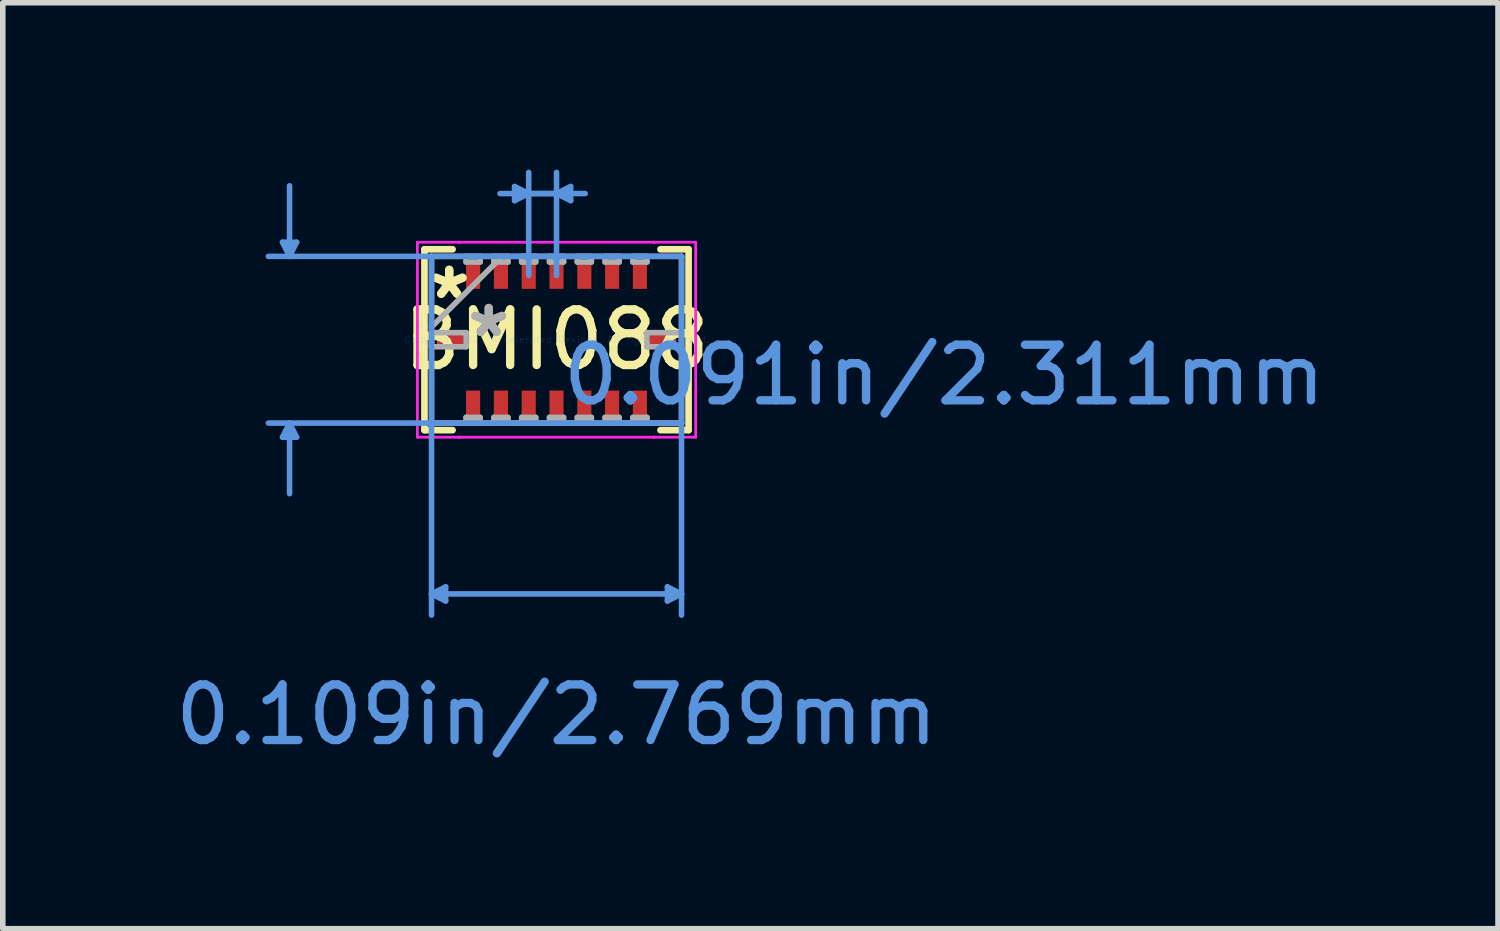
<source format=kicad_pcb>
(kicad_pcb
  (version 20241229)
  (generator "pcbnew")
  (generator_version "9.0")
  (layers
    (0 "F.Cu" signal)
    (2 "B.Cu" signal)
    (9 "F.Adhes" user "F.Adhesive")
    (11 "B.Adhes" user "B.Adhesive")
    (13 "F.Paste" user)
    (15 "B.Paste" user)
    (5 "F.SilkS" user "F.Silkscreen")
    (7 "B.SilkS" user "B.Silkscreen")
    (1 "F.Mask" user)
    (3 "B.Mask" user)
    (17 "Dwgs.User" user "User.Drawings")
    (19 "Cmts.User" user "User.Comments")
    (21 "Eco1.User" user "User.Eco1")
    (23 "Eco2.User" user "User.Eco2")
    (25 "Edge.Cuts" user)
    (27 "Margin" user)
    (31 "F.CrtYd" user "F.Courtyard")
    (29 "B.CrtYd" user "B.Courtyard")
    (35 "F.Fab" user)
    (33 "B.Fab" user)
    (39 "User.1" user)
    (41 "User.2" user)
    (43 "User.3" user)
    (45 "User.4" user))
  (footprint "BMI088"
    (layer "F.Cu")
    (at 6.958 3.059)
    (property "Reference" "BMI088" (at 0 0 0) (layer "F.SilkS") (effects (font (size 1 1) (thickness 0.15))))
    (attr through_hole)
    (fp_line (start -2.375 -1.626) (end -2.375 1.626) (stroke (width 0.12) (type solid)) (layer "F.SilkS"))
    (fp_line (start -2.375 1.626) (end -1.869 1.626) (stroke (width 0.12) (type solid)) (layer "F.SilkS"))
    (fp_line (start -1.869 -1.626) (end -2.375 -1.626) (stroke (width 0.12) (type solid)) (layer "F.SilkS"))
    (fp_line (start 1.869 1.626) (end 2.375 1.626) (stroke (width 0.12) (type solid)) (layer "F.SilkS"))
    (fp_line (start 2.375 -1.626) (end 1.869 -1.626) (stroke (width 0.12) (type solid)) (layer "F.SilkS"))
    (fp_line (start 2.375 1.626) (end 2.375 -1.626) (stroke (width 0.12) (type solid)) (layer "F.SilkS"))
    (fp_line (start -4.928 -1.753) (end -4.674 -1.753) (stroke (width 0.1) (type solid)) (layer "Cmts.User"))
    (fp_line (start -4.928 1.753) (end -4.674 1.753) (stroke (width 0.1) (type solid)) (layer "Cmts.User"))
    (fp_line (start -4.801 -1.499) (end -4.928 -1.753) (stroke (width 0.1) (type solid)) (layer "Cmts.User"))
    (fp_line (start -4.801 -1.499) (end -4.801 -2.769) (stroke (width 0.1) (type solid)) (layer "Cmts.User"))
    (fp_line (start -4.801 -1.499) (end -4.674 -1.753) (stroke (width 0.1) (type solid)) (layer "Cmts.User"))
    (fp_line (start -4.801 1.499) (end -4.928 1.753) (stroke (width 0.1) (type solid)) (layer "Cmts.User"))
    (fp_line (start -4.801 1.499) (end -4.801 2.769) (stroke (width 0.1) (type solid)) (layer "Cmts.User"))
    (fp_line (start -4.801 1.499) (end -4.674 1.753) (stroke (width 0.1) (type solid)) (layer "Cmts.User"))
    (fp_line (start -2.248 -1.499) (end -2.248 4.953) (stroke (width 0.1) (type solid)) (layer "Cmts.User"))
    (fp_line (start -2.248 4.572) (end -1.994 4.445) (stroke (width 0.1) (type solid)) (layer "Cmts.User"))
    (fp_line (start -2.248 4.572) (end -1.994 4.699) (stroke (width 0.1) (type solid)) (layer "Cmts.User"))
    (fp_line (start -2.248 4.572) (end 2.248 4.572) (stroke (width 0.1) (type solid)) (layer "Cmts.User"))
    (fp_line (start -1.994 4.445) (end -1.994 4.699) (stroke (width 0.1) (type solid)) (layer "Cmts.User"))
    (fp_line (start -1.016 -2.628) (end -0.000005 -2.628) (stroke (width 0.1) (type solid)) (layer "Cmts.User"))
    (fp_line (start -0.754 -2.755) (end -0.754 -2.501) (stroke (width 0.1) (type solid)) (layer "Cmts.User"))
    (fp_line (start -0.754 -2.755) (end -0.5 -2.628) (stroke (width 0.1) (type solid)) (layer "Cmts.User"))
    (fp_line (start -0.754 -2.501) (end -0.5 -2.628) (stroke (width 0.1) (type solid)) (layer "Cmts.User"))
    (fp_line (start -0.5 -1.156) (end -0.5 -3.009) (stroke (width 0.1) (type solid)) (layer "Cmts.User"))
    (fp_line (start 0 -1.156) (end -0.000007 -3.009) (stroke (width 0.1) (type solid)) (layer "Cmts.User"))
    (fp_line (start 0.254 -2.755) (end -0.000005 -2.628) (stroke (width 0.1) (type solid)) (layer "Cmts.User"))
    (fp_line (start 0.254 -2.501) (end -0.000005 -2.628) (stroke (width 0.1) (type solid)) (layer "Cmts.User"))
    (fp_line (start 0.254 -2.501) (end 0.254 -2.755) (stroke (width 0.1) (type solid)) (layer "Cmts.User"))
    (fp_line (start 0.516 -2.628) (end -0.5 -2.628) (stroke (width 0.1) (type solid)) (layer "Cmts.User"))
    (fp_line (start 1.994 4.445) (end 1.994 4.699) (stroke (width 0.1) (type solid)) (layer "Cmts.User"))
    (fp_line (start 2.248 -1.499) (end -5.182 -1.499) (stroke (width 0.1) (type solid)) (layer "Cmts.User"))
    (fp_line (start 2.248 -1.499) (end 2.248 4.953) (stroke (width 0.1) (type solid)) (layer "Cmts.User"))
    (fp_line (start 2.248 1.499) (end -5.182 1.499) (stroke (width 0.1) (type solid)) (layer "Cmts.User"))
    (fp_line (start 2.248 4.572) (end 1.994 4.445) (stroke (width 0.1) (type solid)) (layer "Cmts.User"))
    (fp_line (start 2.248 4.572) (end 1.994 4.699) (stroke (width 0.1) (type solid)) (layer "Cmts.User"))
    (fp_line (start -2.502 -1.753) (end -1.75 -1.753) (stroke (width 0.05) (type solid)) (layer "F.CrtYd"))
    (fp_line (start -2.502 -0.25) (end -2.502 -1.753) (stroke (width 0.05) (type solid)) (layer "F.CrtYd"))
    (fp_line (start -2.502 -0.25) (end -2.502 -0.25) (stroke (width 0.05) (type solid)) (layer "F.CrtYd"))
    (fp_line (start -2.502 0.25) (end -2.502 -0.25) (stroke (width 0.05) (type solid)) (layer "F.CrtYd"))
    (fp_line (start -2.502 0.25) (end -2.502 0.25) (stroke (width 0.05) (type solid)) (layer "F.CrtYd"))
    (fp_line (start -2.502 0.25) (end -2.502 0.25) (stroke (width 0.05) (type solid)) (layer "F.CrtYd"))
    (fp_line (start -2.502 1.753) (end -2.502 0.25) (stroke (width 0.05) (type solid)) (layer "F.CrtYd"))
    (fp_line (start -1.75 -1.753) (end -1.75 -1.753) (stroke (width 0.05) (type solid)) (layer "F.CrtYd"))
    (fp_line (start -1.75 -1.753) (end -1.75 -1.753) (stroke (width 0.05) (type solid)) (layer "F.CrtYd"))
    (fp_line (start -1.75 -1.753) (end 1.75 -1.753) (stroke (width 0.05) (type solid)) (layer "F.CrtYd"))
    (fp_line (start -1.75 1.753) (end -2.502 1.753) (stroke (width 0.05) (type solid)) (layer "F.CrtYd"))
    (fp_line (start -1.75 1.753) (end -1.75 1.753) (stroke (width 0.05) (type solid)) (layer "F.CrtYd"))
    (fp_line (start -1.75 1.753) (end -1.75 1.753) (stroke (width 0.05) (type solid)) (layer "F.CrtYd"))
    (fp_line (start 1.75 -1.753) (end 1.75 -1.753) (stroke (width 0.05) (type solid)) (layer "F.CrtYd"))
    (fp_line (start 1.75 -1.753) (end 1.75 -1.753) (stroke (width 0.05) (type solid)) (layer "F.CrtYd"))
    (fp_line (start 1.75 -1.753) (end 2.502 -1.753) (stroke (width 0.05) (type solid)) (layer "F.CrtYd"))
    (fp_line (start 1.75 1.753) (end -1.75 1.753) (stroke (width 0.05) (type solid)) (layer "F.CrtYd"))
    (fp_line (start 1.75 1.753) (end 1.75 1.753) (stroke (width 0.05) (type solid)) (layer "F.CrtYd"))
    (fp_line (start 1.75 1.753) (end 1.75 1.753) (stroke (width 0.05) (type solid)) (layer "F.CrtYd"))
    (fp_line (start 2.502 -1.753) (end 2.502 -0.25) (stroke (width 0.05) (type solid)) (layer "F.CrtYd"))
    (fp_line (start 2.502 -0.25) (end 2.502 -0.25) (stroke (width 0.05) (type solid)) (layer "F.CrtYd"))
    (fp_line (start 2.502 -0.25) (end 2.502 -0.25) (stroke (width 0.05) (type solid)) (layer "F.CrtYd"))
    (fp_line (start 2.502 -0.25) (end 2.502 0.25) (stroke (width 0.05) (type solid)) (layer "F.CrtYd"))
    (fp_line (start 2.502 0.25) (end 2.502 0.25) (stroke (width 0.05) (type solid)) (layer "F.CrtYd"))
    (fp_line (start 2.502 0.25) (end 2.502 0.25) (stroke (width 0.05) (type solid)) (layer "F.CrtYd"))
    (fp_line (start 2.502 0.25) (end 2.502 1.753) (stroke (width 0.05) (type solid)) (layer "F.CrtYd"))
    (fp_line (start 2.502 1.753) (end 1.75 1.753) (stroke (width 0.05) (type solid)) (layer "F.CrtYd"))
    (fp_line (start -2.248 -1.499) (end -2.248 -1.499) (stroke (width 0.1) (type solid)) (layer "F.Fab"))
    (fp_line (start -2.248 -1.499) (end -2.248 1.499) (stroke (width 0.1) (type solid)) (layer "F.Fab"))
    (fp_line (start -2.248 -0.229) (end -0.978 -1.499) (stroke (width 0.1) (type solid)) (layer "F.Fab"))
    (fp_line (start -2.248 -0.127) (end -1.626 -0.127) (stroke (width 0.1) (type solid)) (layer "F.Fab"))
    (fp_line (start -2.248 0.127) (end -2.248 -0.127) (stroke (width 0.1) (type solid)) (layer "F.Fab"))
    (fp_line (start -2.248 1.499) (end -2.248 1.499) (stroke (width 0.1) (type solid)) (layer "F.Fab"))
    (fp_line (start -2.248 1.499) (end 2.248 1.499) (stroke (width 0.1) (type solid)) (layer "F.Fab"))
    (fp_line (start -1.627 -1.499) (end -1.373 -1.499) (stroke (width 0.1) (type solid)) (layer "F.Fab"))
    (fp_line (start -1.627 -1.397) (end -1.627 -1.499) (stroke (width 0.1) (type solid)) (layer "F.Fab"))
    (fp_line (start -1.627 1.397) (end -1.373 1.397) (stroke (width 0.1) (type solid)) (layer "F.Fab"))
    (fp_line (start -1.627 1.499) (end -1.627 1.397) (stroke (width 0.1) (type solid)) (layer "F.Fab"))
    (fp_line (start -1.626 -0.127) (end -1.626 0.127) (stroke (width 0.1) (type solid)) (layer "F.Fab"))
    (fp_line (start -1.626 0.127) (end -2.248 0.127) (stroke (width 0.1) (type solid)) (layer "F.Fab"))
    (fp_line (start -1.373 -1.499) (end -1.373 -1.397) (stroke (width 0.1) (type solid)) (layer "F.Fab"))
    (fp_line (start -1.373 -1.397) (end -1.627 -1.397) (stroke (width 0.1) (type solid)) (layer "F.Fab"))
    (fp_line (start -1.373 1.397) (end -1.373 1.499) (stroke (width 0.1) (type solid)) (layer "F.Fab"))
    (fp_line (start -1.373 1.499) (end -1.627 1.499) (stroke (width 0.1) (type solid)) (layer "F.Fab"))
    (fp_line (start -1.127 -1.499) (end -0.873 -1.499) (stroke (width 0.1) (type solid)) (layer "F.Fab"))
    (fp_line (start -1.127 -1.397) (end -1.127 -1.499) (stroke (width 0.1) (type solid)) (layer "F.Fab"))
    (fp_line (start -1.127 1.397) (end -0.873 1.397) (stroke (width 0.1) (type solid)) (layer "F.Fab"))
    (fp_line (start -1.127 1.499) (end -1.127 1.397) (stroke (width 0.1) (type solid)) (layer "F.Fab"))
    (fp_line (start -0.873 -1.499) (end -0.873 -1.397) (stroke (width 0.1) (type solid)) (layer "F.Fab"))
    (fp_line (start -0.873 -1.397) (end -1.127 -1.397) (stroke (width 0.1) (type solid)) (layer "F.Fab"))
    (fp_line (start -0.873 1.397) (end -0.873 1.499) (stroke (width 0.1) (type solid)) (layer "F.Fab"))
    (fp_line (start -0.873 1.499) (end -1.127 1.499) (stroke (width 0.1) (type solid)) (layer "F.Fab"))
    (fp_line (start -0.627 -1.499) (end -0.373 -1.499) (stroke (width 0.1) (type solid)) (layer "F.Fab"))
    (fp_line (start -0.627 -1.397) (end -0.627 -1.499) (stroke (width 0.1) (type solid)) (layer "F.Fab"))
    (fp_line (start -0.627 1.397) (end -0.373 1.397) (stroke (width 0.1) (type solid)) (layer "F.Fab"))
    (fp_line (start -0.627 1.499) (end -0.627 1.397) (stroke (width 0.1) (type solid)) (layer "F.Fab"))
    (fp_line (start -0.373 -1.499) (end -0.373 -1.397) (stroke (width 0.1) (type solid)) (layer "F.Fab"))
    (fp_line (start -0.373 -1.397) (end -0.627 -1.397) (stroke (width 0.1) (type solid)) (layer "F.Fab"))
    (fp_line (start -0.373 1.397) (end -0.373 1.499) (stroke (width 0.1) (type solid)) (layer "F.Fab"))
    (fp_line (start -0.373 1.499) (end -0.627 1.499) (stroke (width 0.1) (type solid)) (layer "F.Fab"))
    (fp_line (start -0.127 -1.499) (end 0.127 -1.499) (stroke (width 0.1) (type solid)) (layer "F.Fab"))
    (fp_line (start -0.127 -1.397) (end -0.127 -1.499) (stroke (width 0.1) (type solid)) (layer "F.Fab"))
    (fp_line (start -0.127 1.397) (end 0.127 1.397) (stroke (width 0.1) (type solid)) (layer "F.Fab"))
    (fp_line (start -0.127 1.499) (end -0.127 1.397) (stroke (width 0.1) (type solid)) (layer "F.Fab"))
    (fp_line (start 0.127 -1.499) (end 0.127 -1.397) (stroke (width 0.1) (type solid)) (layer "F.Fab"))
    (fp_line (start 0.127 -1.397) (end -0.127 -1.397) (stroke (width 0.1) (type solid)) (layer "F.Fab"))
    (fp_line (start 0.127 1.397) (end 0.127 1.499) (stroke (width 0.1) (type solid)) (layer "F.Fab"))
    (fp_line (start 0.127 1.499) (end -0.127 1.499) (stroke (width 0.1) (type solid)) (layer "F.Fab"))
    (fp_line (start 0.373 -1.499) (end 0.627 -1.499) (stroke (width 0.1) (type solid)) (layer "F.Fab"))
    (fp_line (start 0.373 -1.397) (end 0.373 -1.499) (stroke (width 0.1) (type solid)) (layer "F.Fab"))
    (fp_line (start 0.373 1.397) (end 0.627 1.397) (stroke (width 0.1) (type solid)) (layer "F.Fab"))
    (fp_line (start 0.373 1.499) (end 0.373 1.397) (stroke (width 0.1) (type solid)) (layer "F.Fab"))
    (fp_line (start 0.627 -1.499) (end 0.627 -1.397) (stroke (width 0.1) (type solid)) (layer "F.Fab"))
    (fp_line (start 0.627 -1.397) (end 0.373 -1.397) (stroke (width 0.1) (type solid)) (layer "F.Fab"))
    (fp_line (start 0.627 1.397) (end 0.627 1.499) (stroke (width 0.1) (type solid)) (layer "F.Fab"))
    (fp_line (start 0.627 1.499) (end 0.373 1.499) (stroke (width 0.1) (type solid)) (layer "F.Fab"))
    (fp_line (start 0.873 -1.499) (end 1.127 -1.499) (stroke (width 0.1) (type solid)) (layer "F.Fab"))
    (fp_line (start 0.873 -1.397) (end 0.873 -1.499) (stroke (width 0.1) (type solid)) (layer "F.Fab"))
    (fp_line (start 0.873 1.397) (end 1.127 1.397) (stroke (width 0.1) (type solid)) (layer "F.Fab"))
    (fp_line (start 0.873 1.499) (end 0.873 1.397) (stroke (width 0.1) (type solid)) (layer "F.Fab"))
    (fp_line (start 1.127 -1.499) (end 1.127 -1.397) (stroke (width 0.1) (type solid)) (layer "F.Fab"))
    (fp_line (start 1.127 -1.397) (end 0.873 -1.397) (stroke (width 0.1) (type solid)) (layer "F.Fab"))
    (fp_line (start 1.127 1.397) (end 1.127 1.499) (stroke (width 0.1) (type solid)) (layer "F.Fab"))
    (fp_line (start 1.127 1.499) (end 0.873 1.499) (stroke (width 0.1) (type solid)) (layer "F.Fab"))
    (fp_line (start 1.373 -1.499) (end 1.627 -1.499) (stroke (width 0.1) (type solid)) (layer "F.Fab"))
    (fp_line (start 1.373 -1.397) (end 1.373 -1.499) (stroke (width 0.1) (type solid)) (layer "F.Fab"))
    (fp_line (start 1.373 1.397) (end 1.627 1.397) (stroke (width 0.1) (type solid)) (layer "F.Fab"))
    (fp_line (start 1.373 1.499) (end 1.373 1.397) (stroke (width 0.1) (type solid)) (layer "F.Fab"))
    (fp_line (start 1.626 -0.127) (end 2.248 -0.127) (stroke (width 0.1) (type solid)) (layer "F.Fab"))
    (fp_line (start 1.626 0.127) (end 1.626 -0.127) (stroke (width 0.1) (type solid)) (layer "F.Fab"))
    (fp_line (start 1.627 -1.499) (end 1.627 -1.397) (stroke (width 0.1) (type solid)) (layer "F.Fab"))
    (fp_line (start 1.627 -1.397) (end 1.373 -1.397) (stroke (width 0.1) (type solid)) (layer "F.Fab"))
    (fp_line (start 1.627 1.397) (end 1.627 1.499) (stroke (width 0.1) (type solid)) (layer "F.Fab"))
    (fp_line (start 1.627 1.499) (end 1.373 1.499) (stroke (width 0.1) (type solid)) (layer "F.Fab"))
    (fp_line (start 2.248 -1.499) (end -2.248 -1.499) (stroke (width 0.1) (type solid)) (layer "F.Fab"))
    (fp_line (start 2.248 -1.499) (end 2.248 -1.499) (stroke (width 0.1) (type solid)) (layer "F.Fab"))
    (fp_line (start 2.248 -0.127) (end 2.248 0.127) (stroke (width 0.1) (type solid)) (layer "F.Fab"))
    (fp_line (start 2.248 0.127) (end 1.626 0.127) (stroke (width 0.1) (type solid)) (layer "F.Fab"))
    (fp_line (start 2.248 1.499) (end 2.248 -1.499) (stroke (width 0.1) (type solid)) (layer "F.Fab"))
    (fp_line (start 2.248 1.499) (end 2.248 1.499) (stroke (width 0.1) (type solid)) (layer "F.Fab"))
    (fp_text user "*" (at -1.93 -0.711 0) (layer "F.SilkS") (effects (font (size 1 1) (thickness 0.15))))
    (fp_text user "*" (at -1.93 -0.711 0) (layer "F.SilkS") (effects (font (size 1 1) (thickness 0.15))))
    (fp_text user "Copyright 2021 Accelerated Designs. All rights reserved." (at 0 0 0) (layer "Cmts.User") (effects (font (size 0.127 0.127) (thickness 0.002))))
    (fp_text user "0.109in/2.769mm" (at 0 6.744 0) (layer "Cmts.User") (effects (font (size 1 1) (thickness 0.15))))
    (fp_text user "0.091in/2.311mm" (at 6.972 0.635 0) (layer "Cmts.User") (effects (font (size 1 1) (thickness 0.15))))
    (fp_text user "*" (at -1.219 -0.025 0) (layer "F.Fab") (effects (font (size 1 1) (thickness 0.15))))
    (fp_text user "*" (at -1.219 -0.025 0) (layer "F.Fab") (effects (font (size 1 1) (thickness 0.15))))
    (pad "1" smd rect (at -1.5 -1.156) (size 0.254 0.483) (layers "F.Cu" "F.Mask" "F.Paste"))
    (pad "2" smd rect (at -1 -1.156) (size 0.254 0.483) (layers "F.Cu" "F.Mask" "F.Paste"))
    (pad "3" smd rect (at -0.5 -1.156) (size 0.254 0.483) (layers "F.Cu" "F.Mask" "F.Paste"))
    (pad "4" smd rect (at 0 -1.156) (size 0.254 0.483) (layers "F.Cu" "F.Mask" "F.Paste"))
    (pad "5" smd rect (at 0.5 -1.156) (size 0.254 0.483) (layers "F.Cu" "F.Mask" "F.Paste"))
    (pad "6" smd rect (at 1 -1.156) (size 0.254 0.483) (layers "F.Cu" "F.Mask" "F.Paste"))
    (pad "7" smd rect (at 1.5 -1.156) (size 0.254 0.483) (layers "F.Cu" "F.Mask" "F.Paste"))
    (pad "8" smd rect (at 1.911 0 90) (size 0.254 0.483) (layers "F.Cu" "F.Mask" "F.Paste"))
    (pad "9" smd rect (at 1.5 1.156) (size 0.254 0.483) (layers "F.Cu" "F.Mask" "F.Paste"))
    (pad "10" smd rect (at 1 1.156) (size 0.254 0.483) (layers "F.Cu" "F.Mask" "F.Paste"))
    (pad "11" smd rect (at 0.5 1.156) (size 0.254 0.483) (layers "F.Cu" "F.Mask" "F.Paste"))
    (pad "12" smd rect (at 0 1.156) (size 0.254 0.483) (layers "F.Cu" "F.Mask" "F.Paste"))
    (pad "13" smd rect (at -0.5 1.156) (size 0.254 0.483) (layers "F.Cu" "F.Mask" "F.Paste"))
    (pad "14" smd rect (at -1 1.156) (size 0.254 0.483) (layers "F.Cu" "F.Mask" "F.Paste"))
    (pad "15" smd rect (at -1.5 1.156) (size 0.254 0.483) (layers "F.Cu" "F.Mask" "F.Paste"))
    (pad "16" smd rect (at -1.911 0 90) (size 0.254 0.483) (layers "F.Cu" "F.Mask" "F.Paste")))
  (gr_rect
    (start -3 -3)
    (end 23.889 13.651)
    (stroke (width 0.1) (type default))
    (fill no)
    (layer "Edge.Cuts")))
</source>
